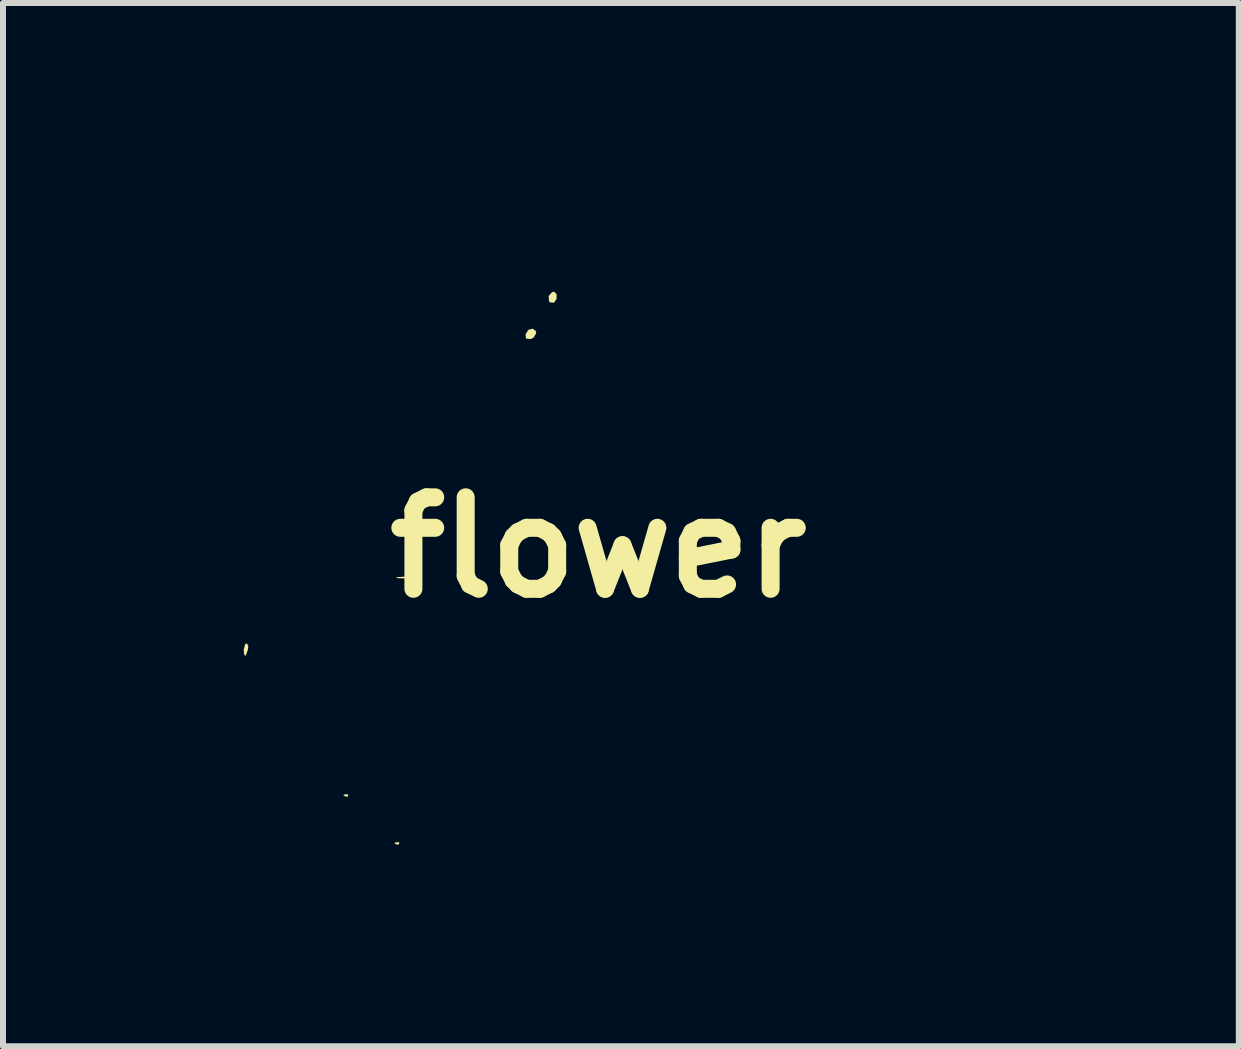
<source format=kicad_pcb>
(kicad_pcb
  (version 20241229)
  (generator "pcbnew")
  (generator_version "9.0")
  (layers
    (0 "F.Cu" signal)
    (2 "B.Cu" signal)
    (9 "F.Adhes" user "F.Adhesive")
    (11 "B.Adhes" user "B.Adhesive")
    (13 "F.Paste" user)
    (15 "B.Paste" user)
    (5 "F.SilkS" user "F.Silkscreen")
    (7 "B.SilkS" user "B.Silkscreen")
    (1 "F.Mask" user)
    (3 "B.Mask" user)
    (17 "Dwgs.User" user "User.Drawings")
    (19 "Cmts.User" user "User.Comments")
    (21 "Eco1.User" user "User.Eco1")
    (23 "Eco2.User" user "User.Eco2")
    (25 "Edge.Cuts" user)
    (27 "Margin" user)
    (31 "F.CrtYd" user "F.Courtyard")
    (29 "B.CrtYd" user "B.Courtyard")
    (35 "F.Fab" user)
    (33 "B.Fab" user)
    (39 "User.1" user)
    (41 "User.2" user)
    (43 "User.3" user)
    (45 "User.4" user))
  (footprint "flower"
    (layer "F.Cu")
    (at 6.922 6.07)
    (property "Reference" "flower" (at 0 0 0) (layer "F.SilkS") (effects (font (size 1.524 1.524) (thickness 0.3))))
    (attr board_only exclude_from_pos_files exclude_from_bom)
    (fp_poly (pts (xy -1.879 0.073) (xy -1.904 0.109) (xy -1.989 0.166) (xy -2.098 0.224) (xy -2.193 0.262) (xy -2.221 0.266) (xy -2.208 0.242) (xy -2.125 0.183) (xy -2.084 0.157) (xy -1.965 0.093) (xy -1.889 0.07)) (stroke (width 0) (type solid)) (fill yes) (layer "F.Mask"))
    (fp_poly (pts (xy -4.625 -3.845) (xy -4.555 -3.692) (xy -4.544 -3.661) (xy -4.512 -3.555) (xy -4.487 -3.436) (xy -4.469 -3.287) (xy -4.457 -3.094) (xy -4.45 -2.839) (xy -4.446 -2.508) (xy -4.445 -2.157) (xy -4.443 -1.709) (xy -4.436 -1.359) (xy -4.424 -1.096) (xy -4.407 -0.912) (xy -4.384 -0.797) (xy -4.375 -0.772) (xy -4.324 -0.667) (xy -4.286 -0.651) (xy -4.232 -0.712) (xy -4.227 -0.719) (xy -4.165 -0.815) (xy -4.07 -0.974) (xy -3.962 -1.166) (xy -3.936 -1.213) (xy -3.723 -1.601) (xy -3.835 -1.759) (xy -3.929 -1.97) (xy -3.972 -2.244) (xy -3.973 -2.255) (xy -3.88 -2.255) (xy -3.873 -2.033) (xy -3.841 -1.886) (xy -3.77 -1.784) (xy -3.656 -1.701) (xy -3.531 -1.643) (xy -3.396 -1.607) (xy -3.283 -1.597) (xy -3.22 -1.617) (xy -3.222 -1.651) (xy -3.296 -1.694) (xy -3.371 -1.705) (xy -3.446 -1.71) (xy -3.445 -1.737) (xy -3.365 -1.808) (xy -3.355 -1.816) (xy -3.222 -1.925) (xy -3.369 -1.893) (xy -3.472 -1.879) (xy -3.498 -1.919) (xy -3.483 -1.996) (xy -3.474 -2.102) (xy -3.506 -2.127) (xy -3.561 -2.076) (xy -3.619 -1.957) (xy -3.681 -1.784) (xy -3.755 -1.995) (xy -3.795 -2.131) (xy -3.807 -2.219) (xy -3.803 -2.232) (xy -3.772 -2.21) (xy -3.745 -2.139) (xy -3.714 -2.057) (xy -3.666 -2.065) (xy -3.618 -2.106) (xy -3.511 -2.161) (xy -3.432 -2.13) (xy -3.408 -2.047) (xy -3.364 -1.983) (xy -3.31 -1.97) (xy -3.196 -1.946) (xy -3.168 -1.885) (xy -3.191 -1.842) (xy -3.21 -1.754) (xy -3.153 -1.669) (xy -3.045 -1.614) (xy -2.951 -1.607) (xy -2.839 -1.64) (xy -2.783 -1.693) (xy -2.795 -1.74) (xy -2.871 -1.757) (xy -2.965 -1.782) (xy -2.97 -1.837) (xy -2.902 -1.883) (xy -2.823 -1.938) (xy -2.835 -1.99) (xy -2.921 -2.015) (xy -2.986 -2.012) (xy -3.098 -2.004) (xy -3.131 -2.038) (xy -3.124 -2.085) (xy -3.132 -2.165) (xy -3.201 -2.183) (xy -3.272 -2.203) (xy -3.278 -2.282) (xy -3.27 -2.316) (xy -3.274 -2.42) (xy -3.333 -2.454) (xy -3.415 -2.412) (xy -3.457 -2.356) (xy -3.499 -2.293) (xy -3.512 -2.323) (xy -3.513 -2.353) (xy -3.542 -2.454) (xy -3.603 -2.472) (xy -3.663 -2.397) (xy -3.666 -2.391) (xy -3.709 -2.273) (xy -3.794 -2.393) (xy -3.844 -2.459) (xy -3.869 -2.458) (xy -3.878 -2.376) (xy -3.88 -2.255) (xy -3.973 -2.255) (xy -3.989 -2.423) (xy -4.008 -2.558) (xy -4.022 -2.612) (xy -4.024 -2.688) (xy -3.995 -2.791) (xy -3.923 -2.899) (xy -3.838 -2.924) (xy -3.767 -2.861) (xy -3.759 -2.843) (xy -3.72 -2.786) (xy -3.655 -2.817) (xy -3.641 -2.828) (xy -3.564 -2.868) (xy -3.526 -2.84) (xy -3.622 -2.724) (xy -3.725 -2.6) (xy -3.788 -2.736) (xy -3.855 -2.832) (xy -3.911 -2.826) (xy -3.94 -2.724) (xy -3.94 -2.692) (xy -3.904 -2.583) (xy -3.805 -2.533) (xy -3.686 -2.518) (xy -3.622 -2.529) (xy -3.556 -2.521) (xy -3.543 -2.505) (xy -3.473 -2.478) (xy -3.353 -2.485) (xy -3.242 -2.497) (xy -3.201 -2.455) (xy -3.195 -2.373) (xy -3.178 -2.276) (xy -3.138 -2.265) (xy -3.083 -2.251) (xy -3.052 -2.189) (xy -2.983 -2.095) (xy -2.892 -2.077) (xy -2.796 -2.058) (xy -2.776 -1.982) (xy -2.779 -1.957) (xy -2.767 -1.831) (xy -2.711 -1.734) (xy -2.657 -1.706) (xy -2.602 -1.74) (xy -2.532 -1.807) (xy -2.471 -1.919) (xy -2.507 -1.996) (xy -2.623 -2.023) (xy -2.699 -2.035) (xy -2.68 -2.08) (xy -2.673 -2.087) (xy -2.613 -2.178) (xy -2.649 -2.229) (xy -2.711 -2.236) (xy -2.784 -2.26) (xy -2.783 -2.348) (xy -2.782 -2.351) (xy -2.773 -2.43) (xy -2.824 -2.444) (xy -2.894 -2.43) (xy -3.003 -2.412) (xy -3.029 -2.448) (xy -2.983 -2.554) (xy -2.98 -2.559) (xy -2.958 -2.644) (xy -3.014 -2.661) (xy -3.143 -2.608) (xy -3.145 -2.607) (xy -3.224 -2.581) (xy -3.248 -2.637) (xy -3.248 -2.667) (xy -3.255 -2.743) (xy -3.294 -2.747) (xy -3.381 -2.694) (xy -3.475 -2.639) (xy -3.51 -2.651) (xy -3.516 -2.728) (xy -3.518 -2.834) (xy -3.5 -2.821) (xy -3.487 -2.804) (xy -3.419 -2.747) (xy -3.383 -2.766) (xy -3.31 -2.818) (xy -3.23 -2.806) (xy -3.195 -2.74) (xy -3.177 -2.688) (xy -3.105 -2.707) (xy -3.087 -2.716) (xy -2.966 -2.748) (xy -2.895 -2.702) (xy -2.892 -2.606) (xy -2.88 -2.523) (xy -2.803 -2.492) (xy -2.711 -2.442) (xy -2.696 -2.383) (xy -2.669 -2.304) (xy -2.63 -2.29) (xy -2.57 -2.245) (xy -2.556 -2.182) (xy -2.521 -2.079) (xy -2.476 -2.043) (xy -2.406 -1.97) (xy -2.41 -1.86) (xy -2.486 -1.75) (xy -2.489 -1.748) (xy -2.726 -1.606) (xy -3.01 -1.524) (xy -3.303 -1.508) (xy -3.566 -1.565) (xy -3.571 -1.567) (xy -3.611 -1.559) (xy -3.666 -1.501) (xy -3.742 -1.382) (xy -3.845 -1.193) (xy -3.981 -0.922) (xy -4.086 -0.707) (xy -4.235 -0.39) (xy -4.378 -0.07) (xy -4.509 0.24) (xy -4.621 0.522) (xy -4.71 0.763) (xy -4.769 0.947) (xy -4.791 1.058) (xy -4.786 1.084) (xy -4.739 1.055) (xy -4.632 0.959) (xy -4.537 0.866) (xy -4.337 0.866) (xy -4.319 0.901) (xy -4.313 0.905) (xy -4.193 0.949) (xy -4.123 0.958) (xy -4.016 0.978) (xy -3.852 1.03) (xy -3.697 1.089) (xy -3.345 1.197) (xy -3.025 1.211) (xy -2.714 1.132) (xy -2.636 1.097) (xy -2.402 0.951) (xy -2.153 0.736) (xy -1.919 0.478) (xy -1.868 0.413) (xy -1.82 0.337) (xy -1.844 0.331) (xy -1.944 0.397) (xy -2.056 0.484) (xy -2.201 0.593) (xy -2.329 0.677) (xy -2.37 0.699) (xy -2.401 0.704) (xy -2.355 0.657) (xy -2.318 0.627) (xy -2.194 0.526) (xy -2.032 0.384) (xy -1.892 0.256) (xy -1.624 0.007) (xy -1.811 0.022) (xy -1.993 0.058) (xy -2.157 0.119) (xy -2.373 0.21) (xy -2.645 0.283) (xy -2.995 0.344) (xy -3.171 0.367) (xy -3.396 0.401) (xy -3.599 0.44) (xy -3.741 0.478) (xy -3.756 0.484) (xy -3.826 0.516) (xy -3.841 0.54) (xy -3.789 0.562) (xy -3.655 0.589) (xy -3.467 0.62) (xy -3.169 0.659) (xy -2.951 0.661) (xy -2.833 0.641) (xy -2.716 0.614) (xy -2.687 0.625) (xy -2.71 0.654) (xy -2.79 0.689) (xy -2.952 0.708) (xy -3.201 0.712) (xy -3.545 0.701) (xy -3.791 0.687) (xy -4.014 0.684) (xy -4.162 0.703) (xy -4.208 0.726) (xy -4.221 0.766) (xy -4.148 0.786) (xy -4.065 0.789) (xy -3.875 0.814) (xy -3.679 0.869) (xy -3.657 0.878) (xy -3.483 0.936) (xy -3.267 0.987) (xy -3.151 1.008) (xy -2.849 1.052) (xy -3.093 1.058) (xy -3.284 1.044) (xy -3.511 0.999) (xy -3.648 0.958) (xy -3.817 0.91) (xy -3.992 0.874) (xy -4.152 0.854) (xy -4.274 0.851) (xy -4.337 0.866) (xy -4.537 0.866) (xy -4.475 0.805) (xy -4.28 0.606) (xy -4.056 0.373) (xy -3.815 0.117) (xy -3.566 -0.151) (xy -3.321 -0.418) (xy -3.09 -0.675) (xy -2.883 -0.908) (xy -2.712 -1.108) (xy -2.587 -1.263) (xy -2.562 -1.297) (xy -2.399 -1.519) (xy -2.293 -1.676) (xy -2.233 -1.784) (xy -2.212 -1.862) (xy -2.22 -1.927) (xy -2.233 -1.962) (xy -2.269 -2.151) (xy -2.268 -2.168) (xy -2.207 -2.168) (xy -2.174 -2.031) (xy -2.104 -1.879) (xy -2.01 -1.744) (xy -1.955 -1.692) (xy -1.839 -1.622) (xy -1.745 -1.598) (xy -1.704 -1.629) (xy -1.704 -1.632) (xy -1.742 -1.687) (xy -1.797 -1.734) (xy -1.855 -1.788) (xy -1.828 -1.825) (xy -1.757 -1.857) (xy -1.624 -1.91) (xy -1.781 -1.914) (xy -1.883 -1.925) (xy -1.893 -1.959) (xy -1.874 -1.981) (xy -1.812 -2.069) (xy -1.835 -2.102) (xy -1.931 -2.063) (xy -1.938 -2.059) (xy -2.052 -2.005) (xy -2.112 -2.038) (xy -2.13 -2.166) (xy -2.13 -2.176) (xy -2.143 -2.265) (xy -2.184 -2.257) (xy -2.187 -2.254) (xy -2.207 -2.168) (xy -2.268 -2.168) (xy -2.26 -2.4) (xy -2.239 -2.519) (xy -2.158 -2.519) (xy -2.104 -2.382) (xy -2.042 -2.255) (xy -2.023 -2.165) (xy -2.01 -2.096) (xy -1.955 -2.121) (xy -1.944 -2.129) (xy -1.846 -2.171) (xy -1.762 -2.15) (xy -1.73 -2.081) (xy -1.737 -2.052) (xy -1.73 -1.983) (xy -1.683 -1.97) (xy -1.609 -1.93) (xy -1.597 -1.89) (xy -1.626 -1.819) (xy -1.651 -1.81) (xy -1.701 -1.778) (xy -1.677 -1.698) (xy -1.62 -1.628) (xy -1.494 -1.564) (xy -1.32 -1.545) (xy -1.149 -1.577) (xy -1.072 -1.633) (xy -1.096 -1.699) (xy -1.218 -1.763) (xy -1.225 -1.765) (xy -1.349 -1.821) (xy -1.371 -1.871) (xy -1.29 -1.926) (xy -1.198 -1.963) (xy -1.055 -2.031) (xy -1.014 -2.086) (xy -1.073 -2.119) (xy -1.227 -2.119) (xy -1.255 -2.116) (xy -1.498 -2.089) (xy -1.379 -2.216) (xy -1.298 -2.324) (xy -1.304 -2.374) (xy -1.391 -2.361) (xy -1.486 -2.319) (xy -1.606 -2.27) (xy -1.645 -2.289) (xy -1.607 -2.379) (xy -1.565 -2.441) (xy -1.505 -2.549) (xy -1.52 -2.585) (xy -1.604 -2.546) (xy -1.678 -2.493) (xy -1.828 -2.375) (xy -1.76 -2.742) (xy -1.891 -2.583) (xy -2.023 -2.423) (xy -2.023 -2.706) (xy -2.026 -2.756) (xy -1.973 -2.756) (xy -1.951 -2.692) (xy -1.906 -2.705) (xy -1.805 -2.765) (xy -1.728 -2.741) (xy -1.704 -2.661) (xy -1.696 -2.59) (xy -1.654 -2.59) (xy -1.576 -2.638) (xy -1.46 -2.683) (xy -1.404 -2.646) (xy -1.42 -2.54) (xy -1.438 -2.502) (xy -1.47 -2.426) (xy -1.431 -2.412) (xy -1.361 -2.427) (xy -1.257 -2.436) (xy -1.225 -2.386) (xy -1.225 -2.379) (xy -1.263 -2.279) (xy -1.291 -2.253) (xy -1.298 -2.218) (xy -1.202 -2.188) (xy -1.172 -2.184) (xy -1.028 -2.135) (xy -0.966 -2.057) (xy -0.994 -1.971) (xy -1.078 -1.914) (xy -1.205 -1.856) (xy -1.068 -1.702) (xy -0.907 -1.58) (xy -0.731 -1.548) (xy -0.586 -1.599) (xy -0.538 -1.649) (xy -0.573 -1.703) (xy -0.609 -1.732) (xy -0.736 -1.796) (xy -0.822 -1.812) (xy -0.898 -1.818) (xy -0.884 -1.849) (xy -0.831 -1.89) (xy -0.727 -1.961) (xy -0.671 -1.991) (xy -0.646 -2.029) (xy -0.691 -2.07) (xy -0.772 -2.096) (xy -0.847 -2.09) (xy -0.884 -2.093) (xy -0.84 -2.16) (xy -0.812 -2.191) (xy -0.716 -2.313) (xy -0.706 -2.377) (xy -0.783 -2.388) (xy -0.852 -2.378) (xy -0.969 -2.362) (xy -1.003 -2.388) (xy -0.959 -2.471) (xy -0.9 -2.548) (xy -0.831 -2.644) (xy -0.829 -2.689) (xy -0.877 -2.707) (xy -0.982 -2.688) (xy -1.069 -2.632) (xy -1.164 -2.566) (xy -1.201 -2.588) (xy -1.182 -2.693) (xy -1.126 -2.831) (xy -1.066 -2.992) (xy -1.071 -3.069) (xy -1.138 -3.062) (xy -1.264 -2.968) (xy -1.316 -2.921) (xy -1.504 -2.742) (xy -1.469 -2.942) (xy -1.453 -3.085) (xy -1.481 -3.133) (xy -1.56 -3.091) (xy -1.637 -3.023) (xy -1.764 -2.904) (xy -1.727 -3.182) (xy -1.712 -3.338) (xy -1.711 -3.439) (xy -1.719 -3.461) (xy -1.763 -3.42) (xy -1.836 -3.319) (xy -1.859 -3.282) (xy -1.914 -3.161) (xy -1.953 -3.015) (xy -1.973 -2.872) (xy -1.973 -2.756) (xy -2.026 -2.756) (xy -2.034 -2.88) (xy -2.063 -2.95) (xy -2.1 -2.916) (xy -2.14 -2.776) (xy -2.151 -2.714) (xy -2.158 -2.519) (xy -2.239 -2.519) (xy -2.212 -2.675) (xy -2.13 -2.943) (xy -2.021 -3.17) (xy -2.013 -3.183) (xy -1.908 -3.334) (xy -1.816 -3.445) (xy -1.766 -3.486) (xy -1.661 -3.491) (xy -1.611 -3.412) (xy -1.616 -3.301) (xy -1.627 -3.198) (xy -1.589 -3.172) (xy -1.539 -3.181) (xy -1.444 -3.173) (xy -1.402 -3.097) (xy -1.371 -3.021) (xy -1.317 -3.026) (xy -1.26 -3.063) (xy -1.134 -3.125) (xy -1.047 -3.142) (xy -0.983 -3.115) (xy -0.974 -3.027) (xy -1.02 -2.863) (xy -1.041 -2.807) (xy -1.039 -2.753) (xy -0.958 -2.751) (xy -0.941 -2.754) (xy -0.814 -2.747) (xy -0.765 -2.673) (xy -0.798 -2.557) (xy -0.828 -2.475) (xy -0.782 -2.45) (xy -0.756 -2.449) (xy -0.64 -2.425) (xy -0.616 -2.35) (xy -0.641 -2.286) (xy -0.66 -2.193) (xy -0.599 -2.136) (xy -0.537 -2.082) (xy -0.554 -2.006) (xy -0.575 -1.97) (xy -0.613 -1.878) (xy -0.576 -1.807) (xy -0.528 -1.765) (xy -0.451 -1.692) (xy -0.454 -1.637) (xy -0.507 -1.577) (xy -0.56 -1.537) (xy -0.635 -1.511) (xy -0.751 -1.499) (xy -0.931 -1.497) (xy -1.194 -1.505) (xy -1.237 -1.507) (xy -1.522 -1.52) (xy -1.723 -1.538) (xy -1.861 -1.563) (xy -1.959 -1.601) (xy -2.018 -1.638) (xy -2.163 -1.745) (xy -2.311 -1.483) (xy -2.499 -1.19) (xy -2.759 -0.851) (xy -3.076 -0.485) (xy -3.434 -0.108) (xy -3.563 0.02) (xy -3.745 0.199) (xy -3.896 0.35) (xy -4.001 0.457) (xy -4.046 0.507) (xy -4.047 0.508) (xy -4.005 0.498) (xy -3.903 0.453) (xy -3.883 0.443) (xy -3.764 0.4) (xy -3.569 0.35) (xy -3.328 0.298) (xy -3.13 0.262) (xy -2.786 0.201) (xy -2.523 0.145) (xy -2.315 0.087) (xy -2.138 0.02) (xy -1.966 -0.063) (xy -1.924 -0.086) (xy -1.754 -0.173) (xy -1.668 -0.207) (xy -1.667 -0.185) (xy -1.754 -0.109) (xy -1.757 -0.106) (xy -1.831 -0.036) (xy -1.837 -0.002) (xy -1.832 -0.001) (xy -1.76 -0.033) (xy -1.68 -0.105) (xy -1.626 -0.182) (xy -1.625 -0.223) (xy -1.601 -0.267) (xy -1.509 -0.355) (xy -1.371 -0.469) (xy -1.358 -0.479) (xy -1.209 -0.589) (xy -1.096 -0.663) (xy -1.042 -0.686) (xy -1.04 -0.685) (xy -1.06 -0.636) (xy -1.132 -0.522) (xy -1.241 -0.363) (xy -1.312 -0.265) (xy -1.469 -0.048) (xy -1.627 0.176) (xy -1.756 0.365) (xy -1.783 0.406) (xy -2.047 0.749) (xy -2.341 1.02) (xy -2.646 1.202) (xy -2.702 1.225) (xy -2.915 1.294) (xy -3.104 1.322) (xy -3.301 1.31) (xy -3.536 1.254) (xy -3.799 1.168) (xy -4.022 1.097) (xy -4.222 1.046) (xy -4.367 1.022) (xy -4.406 1.022) (xy -4.479 1.048) (xy -4.567 1.119) (xy -4.682 1.247) (xy -4.834 1.444) (xy -4.975 1.638) (xy -5.184 1.936) (xy -5.403 2.258) (xy -5.623 2.591) (xy -5.839 2.924) (xy -6.041 3.245) (xy -6.222 3.541) (xy -6.375 3.8) (xy -6.493 4.01) (xy -6.567 4.159) (xy -6.59 4.234) (xy -6.588 4.24) (xy -6.539 4.222) (xy -6.429 4.159) (xy -6.334 4.098) (xy -6.007 3.91) (xy -5.68 3.794) (xy -5.316 3.737) (xy -5.04 3.727) (xy -4.629 3.744) (xy -4.284 3.803) (xy -3.976 3.915) (xy -3.675 4.09) (xy -3.352 4.342) (xy -3.283 4.401) (xy -2.956 4.686) (xy 2.303 4.686) (xy 3.041 4.686) (xy 3.749 4.685) (xy 4.418 4.684) (xy 5.043 4.682) (xy 5.615 4.68) (xy 6.127 4.678) (xy 6.573 4.675) (xy 6.945 4.672) (xy 7.236 4.669) (xy 7.438 4.666) (xy 7.546 4.662) (xy 7.561 4.66) (xy 7.533 4.611) (xy 7.454 4.484) (xy 7.331 4.291) (xy 7.171 4.044) (xy 6.982 3.754) (xy 6.771 3.432) (xy 6.734 3.375) (xy 6.521 3.05) (xy 6.331 2.755) (xy 6.169 2.5) (xy 6.043 2.298) (xy 5.961 2.159) (xy 5.929 2.096) (xy 5.929 2.094) (xy 5.963 2.13) (xy 6.046 2.242) (xy 6.169 2.417) (xy 6.323 2.642) (xy 6.5 2.903) (xy 6.69 3.187) (xy 6.886 3.481) (xy 7.077 3.772) (xy 7.256 4.045) (xy 7.413 4.289) (xy 7.539 4.49) (xy 7.626 4.633) (xy 7.666 4.707) (xy 7.667 4.713) (xy 7.614 4.722) (xy 7.455 4.731) (xy 7.19 4.738) (xy 6.82 4.744) (xy 6.346 4.748) (xy 5.767 4.751) (xy 5.084 4.753) (xy 4.298 4.753) (xy 3.409 4.752) (xy 2.417 4.75) (xy 2.409 4.75) (xy -2.849 4.733) (xy -2.716 4.841) (xy -2.585 4.915) (xy -2.402 4.982) (xy -2.303 5.007) (xy -2.119 5.062) (xy -2.034 5.126) (xy -2.051 5.193) (xy -2.171 5.258) (xy -2.197 5.266) (xy -2.302 5.283) (xy -2.491 5.296) (xy -2.741 5.305) (xy -3.029 5.309) (xy -3.333 5.31) (xy -3.629 5.307) (xy -3.895 5.298) (xy -4.108 5.285) (xy -4.127 5.283) (xy -4.407 5.243) (xy -4.707 5.171) (xy -5.052 5.059) (xy -5.425 4.917) (xy -5.702 4.81) (xy -5.911 4.739) (xy -6.085 4.696) (xy -6.254 4.674) (xy -6.449 4.666) (xy -6.483 4.665) (xy -6.684 4.662) (xy -6.837 4.658) (xy -6.916 4.655) (xy -6.922 4.654) (xy -6.899 4.607) (xy -6.855 4.522) (xy -6.578 4.522) (xy -6.577 4.525) (xy -6.516 4.549) (xy -6.378 4.573) (xy -6.193 4.594) (xy -6.192 4.594) (xy -5.794 4.669) (xy -5.388 4.815) (xy -4.929 4.994) (xy -4.518 5.114) (xy -4.119 5.182) (xy -3.701 5.207) (xy -3.53 5.207) (xy -3.451 5.196) (xy -3.45 5.172) (xy -3.481 5.149) (xy -3.57 5.091) (xy -3.72 4.992) (xy -3.903 4.871) (xy -3.961 4.832) (xy -4.208 4.684) (xy -4.452 4.573) (xy -4.74 4.48) (xy -4.867 4.446) (xy -5.129 4.388) (xy -5.39 4.342) (xy -5.609 4.317) (xy -5.688 4.313) (xy -5.862 4.324) (xy -6.06 4.352) (xy -6.255 4.392) (xy -6.424 4.438) (xy -6.54 4.483) (xy -6.578 4.522) (xy -6.855 4.522) (xy -6.836 4.484) (xy -6.742 4.302) (xy -6.719 4.256) (xy -6.204 4.256) (xy -6.017 4.234) (xy -5.772 4.208) (xy -5.513 4.189) (xy -5.261 4.176) (xy -5.041 4.17) (xy -4.875 4.173) (xy -4.785 4.185) (xy -4.776 4.191) (xy -4.802 4.217) (xy -4.905 4.224) (xy -4.943 4.222) (xy -5.047 4.219) (xy -5.063 4.234) (xy -4.989 4.271) (xy -4.819 4.33) (xy -4.55 4.413) (xy -4.546 4.414) (xy -4.317 4.497) (xy -4.092 4.603) (xy -3.934 4.698) (xy -3.75 4.823) (xy -3.542 4.95) (xy -3.334 5.066) (xy -3.152 5.157) (xy -3.021 5.209) (xy -2.982 5.216) (xy -2.929 5.209) (xy -2.966 5.171) (xy -2.982 5.16) (xy -3.019 5.125) (xy -2.967 5.13) (xy -2.929 5.14) (xy -2.791 5.168) (xy -2.61 5.191) (xy -2.556 5.196) (xy -2.316 5.214) (xy -2.58 5.13) (xy -2.851 5.023) (xy -3.106 4.871) (xy -3.375 4.656) (xy -3.488 4.553) (xy -3.754 4.304) (xy -3.408 4.567) (xy -3.217 4.706) (xy -3.033 4.829) (xy -2.891 4.912) (xy -2.875 4.92) (xy -2.76 4.973) (xy -2.733 4.98) (xy -2.785 4.939) (xy -2.821 4.913) (xy -2.919 4.838) (xy -3.073 4.715) (xy -3.257 4.565) (xy -3.353 4.486) (xy -3.728 4.204) (xy -4.08 4.009) (xy -4.435 3.891) (xy -4.819 3.843) (xy -5.195 3.85) (xy -5.409 3.874) (xy -5.62 3.912) (xy -5.806 3.957) (xy -5.944 4.005) (xy -6.013 4.049) (xy -6.012 4.07) (xy -5.953 4.07) (xy -5.821 4.048) (xy -5.671 4.015) (xy -5.398 3.969) (xy -5.101 3.965) (xy -4.926 3.978) (xy -4.5 4.018) (xy -5.165 4.051) (xy -5.545 4.078) (xy -5.827 4.117) (xy -6.007 4.166) (xy -6.017 4.17) (xy -6.204 4.256) (xy -6.719 4.256) (xy -6.626 4.078) (xy -6.603 4.033) (xy -6.482 3.794) (xy -6.383 3.581) (xy -6.313 3.416) (xy -6.284 3.32) (xy -6.283 3.314) (xy -6.317 3.219) (xy -6.404 3.082) (xy -6.489 2.976) (xy -6.68 2.738) (xy -6.8 2.528) (xy -6.864 2.309) (xy -6.887 2.045) (xy -6.888 1.97) (xy -6.886 1.915) (xy -6.816 1.915) (xy -6.779 2.268) (xy -6.668 2.558) (xy -6.561 2.711) (xy -6.411 2.891) (xy -6.463 2.515) (xy -6.488 2.221) (xy -6.47 2.008) (xy -6.458 1.962) (xy -6.427 1.872) (xy -6.409 1.854) (xy -6.4 1.921) (xy -6.396 2.081) (xy -6.395 2.109) (xy -6.385 2.365) (xy -6.365 2.596) (xy -6.339 2.781) (xy -6.308 2.899) (xy -6.284 2.929) (xy -6.263 2.879) (xy -6.234 2.743) (xy -6.199 2.54) (xy -6.163 2.289) (xy -6.154 2.223) (xy -6.11 1.891) (xy -6.078 1.656) (xy -6.056 1.511) (xy -6.041 1.448) (xy -6.033 1.458) (xy -6.028 1.535) (xy -6.025 1.669) (xy -6.025 1.677) (xy -6.033 1.894) (xy -6.059 2.158) (xy -6.096 2.415) (xy -6.098 2.423) (xy -6.134 2.628) (xy -6.161 2.794) (xy -6.174 2.891) (xy -6.175 2.902) (xy -6.158 2.906) (xy -6.114 2.828) (xy -6.049 2.688) (xy -5.972 2.505) (xy -5.89 2.299) (xy -5.811 2.087) (xy -5.744 1.89) (xy -5.695 1.726) (xy -5.694 1.723) (xy -5.626 1.382) (xy -5.578 0.981) (xy -5.551 0.556) (xy -5.548 0.144) (xy -5.57 -0.219) (xy -5.589 -0.359) (xy -5.633 -0.594) (xy -5.669 -0.724) (xy -5.693 -0.75) (xy -5.703 -0.673) (xy -5.699 -0.495) (xy -5.684 -0.302) (xy -5.663 0.165) (xy -5.68 0.621) (xy -5.732 1.027) (xy -5.761 1.16) (xy -5.804 1.313) (xy -5.83 1.362) (xy -5.84 1.313) (xy -5.833 1.167) (xy -5.808 0.927) (xy -5.798 0.844) (xy -5.764 0.351) (xy -5.778 -0.131) (xy -5.778 -0.136) (xy -5.82 -0.612) (xy -5.994 0.253) (xy -6.054 0.546) (xy -6.108 0.806) (xy -6.154 1.011) (xy -6.185 1.145) (xy -6.197 1.185) (xy -6.213 1.192) (xy -6.214 1.116) (xy -6.201 0.976) (xy -6.179 0.794) (xy -6.148 0.589) (xy -6.113 0.384) (xy -6.075 0.198) (xy -6.067 0.16) (xy -6.024 -0.031) (xy -5.995 -0.176) (xy -5.986 -0.249) (xy -5.987 -0.253) (xy -6.014 -0.216) (xy -6.072 -0.104) (xy -6.15 0.06) (xy -6.165 0.093) (xy -6.261 0.336) (xy -6.351 0.626) (xy -6.426 0.926) (xy -6.478 1.2) (xy -6.496 1.409) (xy -6.515 1.51) (xy -6.551 1.544) (xy -6.583 1.501) (xy -6.58 1.424) (xy -6.56 1.3) (xy -6.535 1.124) (xy -6.525 1.038) (xy -6.509 0.885) (xy -6.511 0.825) (xy -6.536 0.847) (xy -6.575 0.915) (xy -6.659 1.111) (xy -6.735 1.368) (xy -6.79 1.641) (xy -6.815 1.884) (xy -6.816 1.915) (xy -6.886 1.915) (xy -6.882 1.777) (xy -6.863 1.598) (xy -6.824 1.415) (xy -6.759 1.213) (xy -6.663 0.973) (xy -6.53 0.68) (xy -6.354 0.316) (xy -6.28 0.165) (xy -6.14 -0.122) (xy -6.015 -0.388) (xy -5.915 -0.612) (xy -5.848 -0.776) (xy -5.823 -0.853) (xy -5.778 -1.006) (xy -5.727 -1.052) (xy -5.669 -0.994) (xy -5.606 -0.831) (xy -5.537 -0.564) (xy -5.508 -0.423) (xy -5.464 -0.167) (xy -5.441 0.087) (xy -5.437 0.378) (xy -5.448 0.692) (xy -5.502 1.304) (xy -5.606 1.838) (xy -5.765 2.311) (xy -5.887 2.574) (xy -5.982 2.769) (xy -6.037 2.911) (xy -6.053 2.99) (xy -6.029 2.996) (xy -5.967 2.92) (xy -5.886 2.791) (xy -5.798 2.647) (xy -5.667 2.441) (xy -5.509 2.2) (xy -5.341 1.949) (xy -5.319 1.917) (xy -5.146 1.657) (xy -5.024 1.459) (xy -4.94 1.295) (xy -4.881 1.142) (xy -4.837 0.973) (xy -4.817 0.879) (xy -4.752 0.618) (xy -4.661 0.319) (xy -4.562 0.04) (xy -4.548 0.004) (xy -4.467 -0.204) (xy -4.405 -0.379) (xy -4.371 -0.495) (xy -4.366 -0.52) (xy -4.399 -0.594) (xy -4.486 -0.721) (xy -4.609 -0.876) (xy -4.626 -0.896) (xy -4.789 -1.091) (xy -4.897 -1.243) (xy -4.966 -1.386) (xy -5.012 -1.557) (xy -5.052 -1.789) (xy -5.056 -1.821) (xy -5.087 -2.139) (xy -5.082 -2.252) (xy -5.005 -2.252) (xy -4.988 -1.882) (xy -4.919 -1.553) (xy -4.799 -1.289) (xy -4.783 -1.265) (xy -4.709 -1.166) (xy -4.665 -1.119) (xy -4.664 -1.118) (xy -4.667 -1.165) (xy -4.693 -1.284) (xy -4.72 -1.396) (xy -4.763 -1.62) (xy -4.785 -1.858) (xy -4.786 -1.942) (xy -4.781 -2.07) (xy -4.775 -2.114) (xy -4.764 -2.067) (xy -4.745 -1.923) (xy -4.734 -1.828) (xy -4.702 -1.61) (xy -4.661 -1.412) (xy -4.621 -1.28) (xy -4.598 -1.234) (xy -4.58 -1.235) (xy -4.567 -1.292) (xy -4.558 -1.417) (xy -4.552 -1.62) (xy -4.548 -1.912) (xy -4.546 -2.141) (xy -4.546 -2.448) (xy -4.549 -2.695) (xy -4.555 -2.871) (xy -4.565 -2.965) (xy -4.576 -2.966) (xy -4.578 -2.955) (xy -4.599 -2.851) (xy -4.612 -2.826) (xy -4.621 -2.889) (xy -4.628 -3.048) (xy -4.629 -3.088) (xy -4.64 -3.435) (xy -4.74 -2.959) (xy -4.788 -2.73) (xy -4.828 -2.527) (xy -4.856 -2.381) (xy -4.862 -2.347) (xy -4.877 -2.262) (xy -4.885 -2.276) (xy -4.89 -2.37) (xy -4.881 -2.509) (xy -4.851 -2.702) (xy -4.82 -2.849) (xy -4.77 -3.077) (xy -4.749 -3.22) (xy -4.755 -3.274) (xy -4.787 -3.235) (xy -4.844 -3.098) (xy -4.875 -3.009) (xy -4.967 -2.636) (xy -5.005 -2.252) (xy -5.082 -2.252) (xy -5.075 -2.439) (xy -5.014 -2.756) (xy -4.902 -3.123) (xy -4.873 -3.202) (xy -4.807 -3.408) (xy -4.758 -3.595) (xy -4.739 -3.724) (xy -4.739 -3.727) (xy -4.724 -3.865) (xy -4.684 -3.903)) (stroke (width 0) (type solid)) (fill yes) (layer "F.Mask"))
    (fp_poly (pts (xy -4.171 4.118) (xy -4.179 4.15) (xy -4.207 4.153) (xy -4.251 4.134) (xy -4.242 4.118) (xy -4.179 4.112)) (stroke (width 0) (type solid)) (fill yes) (layer "F.SilkS"))
    (fp_poly (pts (xy -3.319 4.917) (xy -3.327 4.948) (xy -3.355 4.952) (xy -3.399 4.933) (xy -3.39 4.917) (xy -3.327 4.91)) (stroke (width 0) (type solid)) (fill yes) (layer "F.SilkS"))
    (fp_poly (pts (xy -5.835 1.64) (xy -5.842 1.704) (xy -5.873 1.79) (xy -5.89 1.81) (xy -5.907 1.766) (xy -5.911 1.704) (xy -5.89 1.617) (xy -5.862 1.597)) (stroke (width 0) (type solid)) (fill yes) (layer "F.SilkS"))
    (fp_poly (pts (xy -3.074 0.495) (xy -3.053 0.507) (xy -3.123 0.516) (xy -3.222 0.517) (xy -3.342 0.513) (xy -3.378 0.504) (xy -3.341 0.494) (xy -3.183 0.486)) (stroke (width 0) (type solid)) (fill yes) (layer "F.SilkS"))
    (fp_poly (pts (xy -1.044 -3.602) (xy -1.038 -3.568) (xy -1.083 -3.494) (xy -1.136 -3.47) (xy -1.211 -3.481) (xy -1.216 -3.55) (xy -1.168 -3.626) (xy -1.096 -3.645)) (stroke (width 0) (type solid)) (fill yes) (layer "F.SilkS"))
    (fp_poly (pts (xy -0.699 -4.221) (xy -0.699 -4.14) (xy -0.742 -4.076) (xy -0.81 -4.083) (xy -0.825 -4.099) (xy -0.832 -4.188) (xy -0.774 -4.253) (xy -0.742 -4.26)) (stroke (width 0) (type solid)) (fill yes) (layer "F.SilkS"))
    (fp_poly (pts (xy 0.568 -6.028) (xy 0.657 -5.905) (xy 0.792 -5.713) (xy 0.966 -5.459) (xy 1.174 -5.154) (xy 1.409 -4.807) (xy 1.664 -4.427) (xy 1.775 -4.26) (xy 2.035 -3.87) (xy 2.273 -3.508) (xy 2.484 -3.185) (xy 2.662 -2.91) (xy 2.802 -2.691) (xy 2.897 -2.538) (xy 2.94 -2.46) (xy 2.942 -2.452) (xy 2.897 -2.494) (xy 2.807 -2.607) (xy 2.683 -2.772) (xy 2.56 -2.945) (xy 2.438 -3.122) (xy 2.268 -3.371) (xy 2.063 -3.673) (xy 1.835 -4.01) (xy 1.595 -4.366) (xy 1.371 -4.701) (xy 0.523 -5.968) (xy 0.012 -5.274) (xy -0.16 -5.043) (xy -0.311 -4.847) (xy -0.428 -4.7) (xy -0.502 -4.617) (xy -0.521 -4.604) (xy -0.524 -4.623) (xy -0.506 -4.667) (xy -0.458 -4.745) (xy -0.375 -4.869) (xy -0.248 -5.048) (xy -0.07 -5.295) (xy 0.097 -5.525) (xy 0.25 -5.731) (xy 0.381 -5.901) (xy 0.479 -6.02) (xy 0.529 -6.07) (xy 0.531 -6.07)) (stroke (width 0) (type solid)) (fill yes) (layer "F.Paste")))
  (gr_rect
    (start -3 -3)
    (end 17.589 14.381)
    (stroke (width 0.1) (type default))
    (fill no)
    (layer "Edge.Cuts")))
</source>
